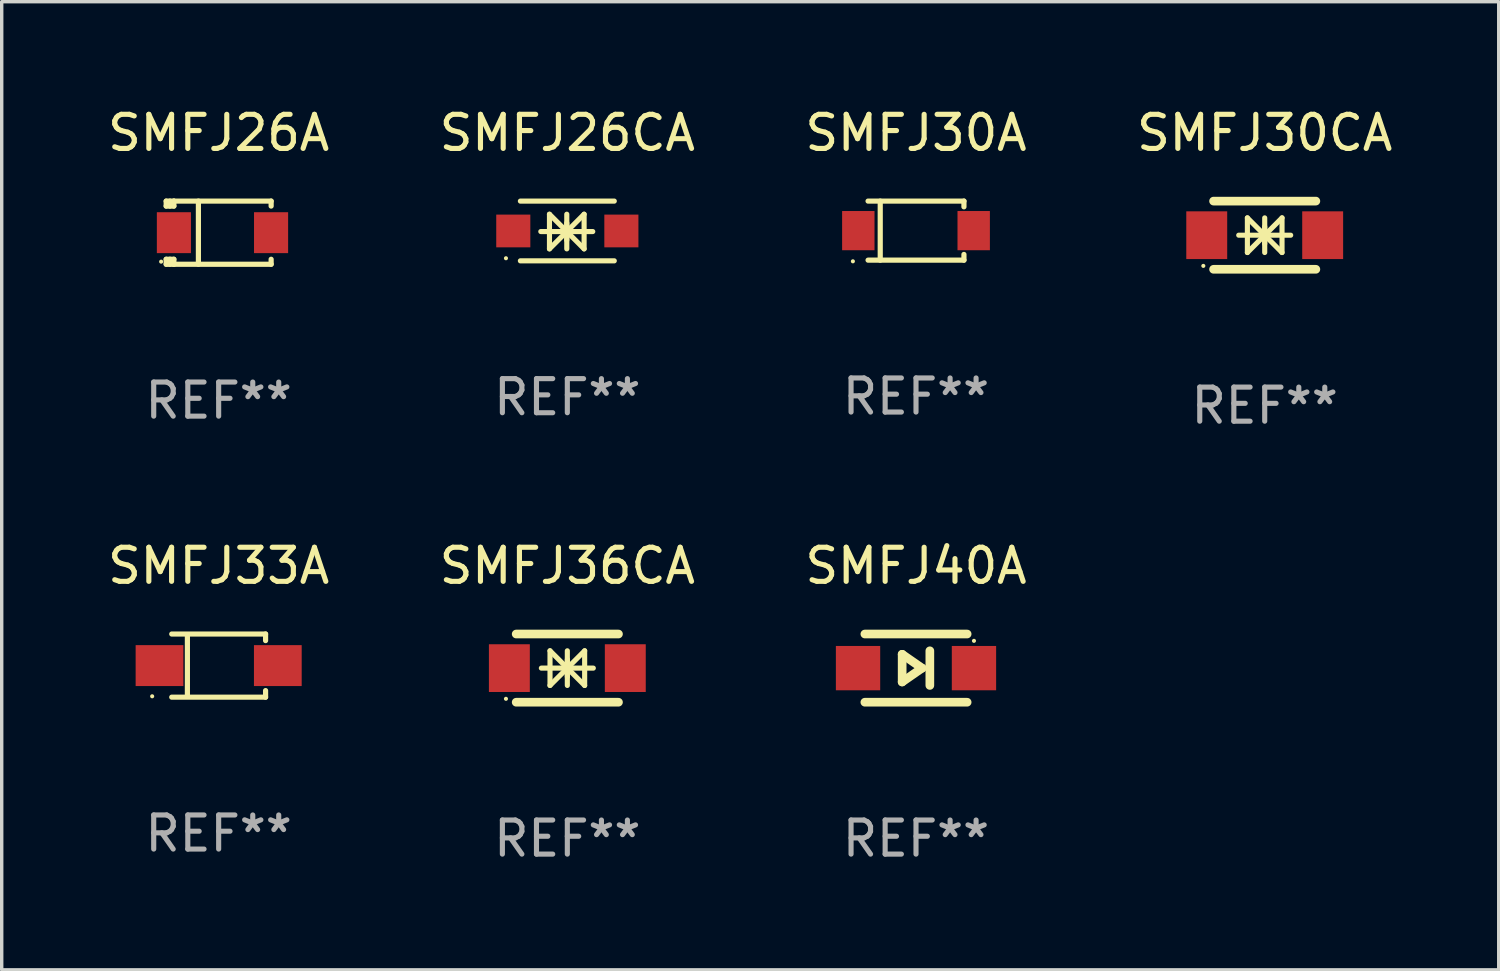
<source format=kicad_pcb>
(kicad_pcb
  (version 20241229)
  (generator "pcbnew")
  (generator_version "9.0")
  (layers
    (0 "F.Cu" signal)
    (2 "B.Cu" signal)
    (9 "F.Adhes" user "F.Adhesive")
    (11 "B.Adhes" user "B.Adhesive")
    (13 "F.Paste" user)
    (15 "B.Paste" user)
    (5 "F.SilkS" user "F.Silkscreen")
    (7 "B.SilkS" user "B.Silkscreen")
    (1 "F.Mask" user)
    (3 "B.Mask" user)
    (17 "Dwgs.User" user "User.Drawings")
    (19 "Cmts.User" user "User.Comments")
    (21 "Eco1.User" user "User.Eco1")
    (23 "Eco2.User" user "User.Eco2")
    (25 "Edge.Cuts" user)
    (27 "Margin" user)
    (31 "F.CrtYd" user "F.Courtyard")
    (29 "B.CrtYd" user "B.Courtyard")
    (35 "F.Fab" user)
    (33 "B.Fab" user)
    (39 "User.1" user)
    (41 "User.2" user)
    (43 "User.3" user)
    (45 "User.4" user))
  (footprint "SMFJ30CA"
    (layer "F.Cu")
    (at 34.042 3.848)
    (property "Reference" "SMFJ30CA" (at 0 -3 0) (layer "F.SilkS") (effects (font (size 1 1) (thickness 0.15))))
    (attr through_hole)
    (fp_line (start -1.5 -1) (end 1.5 -1) (stroke (width 0.254) (type solid)) (layer "F.SilkS"))
    (fp_line (start -1.5 1) (end 1.5 1) (stroke (width 0.254) (type solid)) (layer "F.SilkS"))
    (fp_line (start -0.762 0) (end 0.762 0) (stroke (width 0.15) (type solid)) (layer "F.SilkS"))
    (fp_line (start -0.508 -0.508) (end -0.508 0.508) (stroke (width 0.15) (type solid)) (layer "F.SilkS"))
    (fp_line (start 0 -0.508) (end 0 0.508) (stroke (width 0.15) (type solid)) (layer "F.SilkS"))
    (fp_line (start 0 0) (end -0.508 -0.508) (stroke (width 0.15) (type solid)) (layer "F.SilkS"))
    (fp_line (start 0 0) (end -0.508 0.508) (stroke (width 0.15) (type solid)) (layer "F.SilkS"))
    (fp_line (start 0 0) (end 0.508 -0.508) (stroke (width 0.15) (type solid)) (layer "F.SilkS"))
    (fp_line (start 0 0) (end 0.508 0.508) (stroke (width 0.15) (type solid)) (layer "F.SilkS"))
    (fp_line (start 0 0.254) (end 0 -0.254) (stroke (width 0.15) (type solid)) (layer "F.SilkS"))
    (fp_line (start 0.508 0.508) (end 0.508 -0.508) (stroke (width 0.15) (type solid)) (layer "F.SilkS"))
    (fp_circle (center -1.8 0.9) (end -1.77 0.9) (stroke (width 0.06) (type solid)) (fill no) (layer "F.SilkS"))
    (fp_text user "REF**" (at 0 5 0) (layer "F.Fab") (effects (font (size 1 1) (thickness 0.15))))
    (pad "1" smd rect (at -1.7 0) (size 1.2 1.4) (layers "F.Cu" "F.Mask" "F.Paste"))
    (pad "2" smd rect (at 1.7 0) (size 1.2 1.4) (layers "F.Cu" "F.Mask" "F.Paste")))
  (footprint "SMFJ26CA"
    (layer "F.Cu")
    (at 13.589 3.724)
    (property "Reference" "SMFJ26CA" (at 0 -2.876 0) (layer "F.SilkS") (effects (font (size 1 1) (thickness 0.15))))
    (attr through_hole)
    (fp_line (start -1.376 -0.876) (end 1.376 -0.876) (stroke (width 0.152) (type solid)) (layer "F.SilkS"))
    (fp_line (start -1.376 0.876) (end 1.376 0.876) (stroke (width 0.152) (type solid)) (layer "F.SilkS"))
    (fp_line (start -0.778 0.017) (end 0.746 0.017) (stroke (width 0.15) (type solid)) (layer "F.SilkS"))
    (fp_line (start -0.524 -0.491) (end -0.524 0.525) (stroke (width 0.15) (type solid)) (layer "F.SilkS"))
    (fp_line (start -0.016 -0.491) (end -0.016 0.525) (stroke (width 0.15) (type solid)) (layer "F.SilkS"))
    (fp_line (start -0.016 0.017) (end -0.524 -0.491) (stroke (width 0.15) (type solid)) (layer "F.SilkS"))
    (fp_line (start -0.016 0.017) (end -0.524 0.525) (stroke (width 0.15) (type solid)) (layer "F.SilkS"))
    (fp_line (start -0.016 0.017) (end 0.492 -0.491) (stroke (width 0.15) (type solid)) (layer "F.SilkS"))
    (fp_line (start -0.016 0.017) (end 0.492 0.525) (stroke (width 0.15) (type solid)) (layer "F.SilkS"))
    (fp_line (start -0.016 0.271) (end -0.016 -0.237) (stroke (width 0.15) (type solid)) (layer "F.SilkS"))
    (fp_line (start 0.492 0.525) (end 0.492 -0.491) (stroke (width 0.15) (type solid)) (layer "F.SilkS"))
    (fp_circle (center -1.8 0.8) (end -1.77 0.8) (stroke (width 0.06) (type solid)) (fill no) (layer "F.SilkS"))
    (fp_text user "REF**" (at 0 4.876 0) (layer "F.Fab") (effects (font (size 1 1) (thickness 0.15))))
    (pad "1" smd rect (at -1.585 0) (size 1 0.96) (layers "F.Cu" "F.Mask" "F.Paste"))
    (pad "2" smd rect (at 1.585 0) (size 1 0.96) (layers "F.Cu" "F.Mask" "F.Paste")))
  (footprint "SMFJ40A"
    (layer "F.Cu")
    (at 23.815 16.545)
    (property "Reference" "SMFJ40A" (at 0 -3 0) (layer "F.SilkS") (effects (font (size 1 1) (thickness 0.15))))
    (attr through_hole)
    (fp_line (start -1.5 -1) (end 1.5 -1) (stroke (width 0.254) (type solid)) (layer "F.SilkS"))
    (fp_line (start -0.406 -0.406) (end 0.178 0) (stroke (width 0.254) (type solid)) (layer "F.SilkS"))
    (fp_line (start -0.406 0.406) (end -0.406 -0.406) (stroke (width 0.254) (type solid)) (layer "F.SilkS"))
    (fp_line (start 0.178 0) (end -0.406 0.406) (stroke (width 0.254) (type solid)) (layer "F.SilkS"))
    (fp_line (start 0.406 0.508) (end 0.406 -0.508) (stroke (width 0.254) (type solid)) (layer "F.SilkS"))
    (fp_line (start 1.5 1) (end -1.5 1) (stroke (width 0.254) (type solid)) (layer "F.SilkS"))
    (fp_circle (center 1.7 -0.8) (end 1.73 -0.8) (stroke (width 0.06) (type solid)) (fill no) (layer "F.SilkS"))
    (fp_text user "REF**" (at 0 5 0) (layer "F.Fab") (effects (font (size 1 1) (thickness 0.15))))
    (pad "1" smd rect (at 1.7 0 180) (size 1.3 1.3) (layers "F.Cu" "F.Mask" "F.Paste"))
    (pad "2" smd rect (at -1.7 0 180) (size 1.3 1.3) (layers "F.Cu" "F.Mask" "F.Paste")))
  (footprint "SMFJ30A"
    (layer "F.Cu")
    (at 23.815 3.714)
    (property "Reference" "SMFJ30A" (at 0 -2.866 0) (layer "F.SilkS") (effects (font (size 1 1) (thickness 0.15))))
    (attr through_hole)
    (fp_line (start -1.406 -0.866) (end 1.406 -0.866) (stroke (width 0.152) (type solid)) (layer "F.SilkS"))
    (fp_line (start -1.406 0.866) (end 1.406 0.866) (stroke (width 0.152) (type solid)) (layer "F.SilkS"))
    (fp_line (start -1.049 -0.866) (end -1.049 0.866) (stroke (width 0.152) (type solid)) (layer "F.SilkS"))
    (fp_line (start 1.406 -0.866) (end 1.406 -0.698) (stroke (width 0.152) (type solid)) (layer "F.SilkS"))
    (fp_line (start 1.406 0.866) (end 1.406 0.698) (stroke (width 0.152) (type solid)) (layer "F.SilkS"))
    (fp_circle (center -1.851 0.9) (end -1.821 0.9) (stroke (width 0.06) (type solid)) (fill no) (layer "F.SilkS"))
    (fp_text user "REF**" (at 0 4.866 0) (layer "F.Fab") (effects (font (size 1 1) (thickness 0.15))))
    (pad "1" smd rect (at -1.692 0) (size 0.95 1.15) (layers "F.Cu" "F.Mask" "F.Paste"))
    (pad "2" smd rect (at 1.692 0) (size 0.95 1.15) (layers "F.Cu" "F.Mask" "F.Paste")))
  (footprint "SMFJ36CA"
    (layer "F.Cu")
    (at 13.589 16.545)
    (property "Reference" "SMFJ36CA" (at 0 -3 0) (layer "F.SilkS") (effects (font (size 1 1) (thickness 0.15))))
    (attr through_hole)
    (fp_line (start -1.5 -1) (end 1.5 -1) (stroke (width 0.254) (type solid)) (layer "F.SilkS"))
    (fp_line (start -1.5 1) (end 1.5 1) (stroke (width 0.254) (type solid)) (layer "F.SilkS"))
    (fp_line (start -0.762 0) (end 0.762 0) (stroke (width 0.15) (type solid)) (layer "F.SilkS"))
    (fp_line (start -0.508 -0.508) (end -0.508 0.508) (stroke (width 0.15) (type solid)) (layer "F.SilkS"))
    (fp_line (start 0 -0.508) (end 0 0.508) (stroke (width 0.15) (type solid)) (layer "F.SilkS"))
    (fp_line (start 0 0) (end -0.508 -0.508) (stroke (width 0.15) (type solid)) (layer "F.SilkS"))
    (fp_line (start 0 0) (end -0.508 0.508) (stroke (width 0.15) (type solid)) (layer "F.SilkS"))
    (fp_line (start 0 0) (end 0.508 -0.508) (stroke (width 0.15) (type solid)) (layer "F.SilkS"))
    (fp_line (start 0 0) (end 0.508 0.508) (stroke (width 0.15) (type solid)) (layer "F.SilkS"))
    (fp_line (start 0 0.254) (end 0 -0.254) (stroke (width 0.15) (type solid)) (layer "F.SilkS"))
    (fp_line (start 0.508 0.508) (end 0.508 -0.508) (stroke (width 0.15) (type solid)) (layer "F.SilkS"))
    (fp_circle (center -1.8 0.9) (end -1.77 0.9) (stroke (width 0.06) (type solid)) (fill no) (layer "F.SilkS"))
    (fp_text user "REF**" (at 0 5 0) (layer "F.Fab") (effects (font (size 1 1) (thickness 0.15))))
    (pad "1" smd rect (at -1.7 0) (size 1.2 1.4) (layers "F.Cu" "F.Mask" "F.Paste"))
    (pad "2" smd rect (at 1.7 0) (size 1.2 1.4) (layers "F.Cu" "F.Mask" "F.Paste")))
  (footprint "SMFJ26A"
    (layer "F.Cu")
    (at 3.363 3.774)
    (property "Reference" "SMFJ26A" (at 0 -2.926 0) (layer "F.SilkS") (effects (font (size 1 1) (thickness 0.15))))
    (attr through_hole)
    (fp_line (start -1.539 -0.926) (end -1.539 -0.78) (stroke (width 0.152) (type solid)) (layer "F.SilkS"))
    (fp_line (start -1.539 0.926) (end -1.539 0.78) (stroke (width 0.152) (type solid)) (layer "F.SilkS"))
    (fp_line (start -1.429 -0.926) (end -1.429 -0.78) (stroke (width 0.152) (type solid)) (layer "F.SilkS"))
    (fp_line (start -1.429 0.78) (end -1.429 0.926) (stroke (width 0.152) (type solid)) (layer "F.SilkS"))
    (fp_line (start -1.314 -0.926) (end -1.539 -0.926) (stroke (width 0.152) (type solid)) (layer "F.SilkS"))
    (fp_line (start -1.314 -0.926) (end -1.314 -0.78) (stroke (width 0.152) (type solid)) (layer "F.SilkS"))
    (fp_line (start -1.314 -0.926) (end 1.539 -0.926) (stroke (width 0.152) (type solid)) (layer "F.SilkS"))
    (fp_line (start -1.314 -0.78) (end -1.539 -0.78) (stroke (width 0.152) (type solid)) (layer "F.SilkS"))
    (fp_line (start -1.314 0.78) (end -1.539 0.78) (stroke (width 0.152) (type solid)) (layer "F.SilkS"))
    (fp_line (start -1.314 0.78) (end -1.314 0.926) (stroke (width 0.152) (type solid)) (layer "F.SilkS"))
    (fp_line (start -1.314 0.926) (end -1.539 0.926) (stroke (width 0.152) (type solid)) (layer "F.SilkS"))
    (fp_line (start -1.314 0.926) (end 1.539 0.926) (stroke (width 0.152) (type solid)) (layer "F.SilkS"))
    (fp_line (start -0.594 -0.926) (end -0.594 0.926) (stroke (width 0.152) (type solid)) (layer "F.SilkS"))
    (fp_line (start 1.539 -0.926) (end 1.539 -0.78) (stroke (width 0.152) (type solid)) (layer "F.SilkS"))
    (fp_line (start 1.539 0.78) (end 1.539 0.926) (stroke (width 0.152) (type solid)) (layer "F.SilkS"))
    (fp_circle (center -1.687 0.85) (end -1.657 0.85) (stroke (width 0.06) (type solid)) (fill no) (layer "F.SilkS"))
    (fp_text user "REF**" (at 0 4.926 0) (layer "F.Fab") (effects (font (size 1 1) (thickness 0.15))))
    (pad "1" smd rect (at -1.313 -0.000013) (size 1 1.2) (layers "F.Cu" "F.Mask" "F.Paste"))
    (pad "2" smd rect (at 1.537 -0.000013) (size 1 1.2) (layers "F.Cu" "F.Mask" "F.Paste")))
  (footprint "SMFJ33A"
    (layer "F.Cu")
    (at 3.363 16.471)
    (property "Reference" "SMFJ33A" (at 0 -2.926 0) (layer "F.SilkS") (effects (font (size 1 1) (thickness 0.15))))
    (attr through_hole)
    (fp_line (start -1.376 -0.926) (end 1.376 -0.926) (stroke (width 0.152) (type solid)) (layer "F.SilkS"))
    (fp_line (start -1.376 0.926) (end 1.376 0.926) (stroke (width 0.152) (type solid)) (layer "F.SilkS"))
    (fp_line (start -0.917 -0.876) (end -0.917 0.876) (stroke (width 0.152) (type solid)) (layer "F.SilkS"))
    (fp_line (start 1.376 -0.926) (end 1.376 -0.733) (stroke (width 0.152) (type solid)) (layer "F.SilkS"))
    (fp_line (start 1.376 0.926) (end 1.376 0.733) (stroke (width 0.152) (type solid)) (layer "F.SilkS"))
    (fp_circle (center -1.95 0.9) (end -1.92 0.9) (stroke (width 0.06) (type solid)) (fill no) (layer "F.SilkS"))
    (fp_text user "REF**" (at 0 4.926 0) (layer "F.Fab") (effects (font (size 1 1) (thickness 0.15))))
    (pad "1" smd rect (at -1.735 0) (size 1.4 1.2) (layers "F.Cu" "F.Mask" "F.Paste"))
    (pad "2" smd rect (at 1.735 0) (size 1.4 1.2) (layers "F.Cu" "F.Mask" "F.Paste")))
  (gr_rect
    (start -3 -3)
    (end 40.905 25.393)
    (stroke (width 0.1) (type default))
    (fill no)
    (layer "Edge.Cuts")))
</source>
